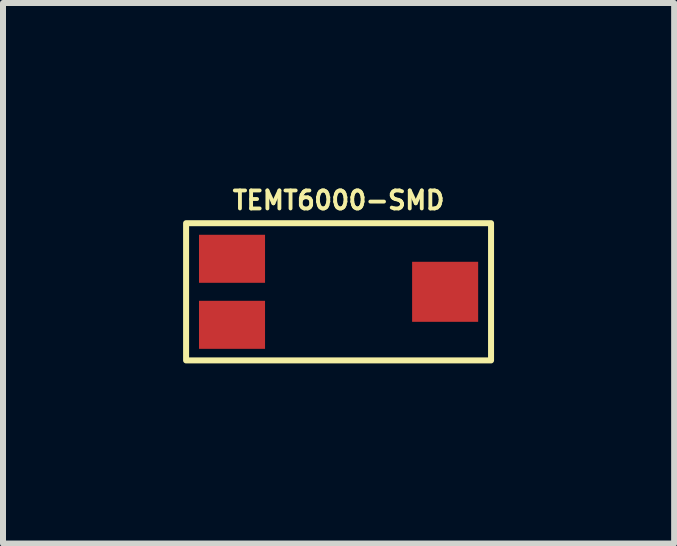
<source format=kicad_pcb>
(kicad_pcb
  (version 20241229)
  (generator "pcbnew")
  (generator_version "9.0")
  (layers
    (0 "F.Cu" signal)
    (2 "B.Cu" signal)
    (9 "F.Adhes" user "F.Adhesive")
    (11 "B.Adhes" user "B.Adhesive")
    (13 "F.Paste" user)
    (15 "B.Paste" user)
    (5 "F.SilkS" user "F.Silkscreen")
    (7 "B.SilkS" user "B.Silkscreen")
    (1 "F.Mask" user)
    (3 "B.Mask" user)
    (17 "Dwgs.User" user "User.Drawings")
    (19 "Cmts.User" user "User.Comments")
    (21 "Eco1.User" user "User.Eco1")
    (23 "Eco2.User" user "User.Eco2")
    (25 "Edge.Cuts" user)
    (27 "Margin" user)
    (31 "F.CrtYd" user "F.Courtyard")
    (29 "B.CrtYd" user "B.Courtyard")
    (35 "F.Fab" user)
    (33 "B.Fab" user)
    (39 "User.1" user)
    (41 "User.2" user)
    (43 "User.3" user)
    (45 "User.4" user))
  (footprint "TEMT6000-SMD"
    (layer "F.Cu")
    (at 2.59 1.811)
    (property "Reference" "TEMT6000-SMD" (at 0 -1.524 180) (layer "F.SilkS") (effects (font (size 0.3 0.3) (thickness 0.064))))
    (attr smd)
    (fp_rect (start -2.54 -1.143) (end 2.54 1.143) (stroke (width 0.1) (type default)) (fill no) (layer "F.SilkS"))
    (pad "" smd rect (at -1.775 0.55) (size 1.1 0.8) (layers "F.Cu" "F.Mask" "F.Paste"))
    (pad "1" smd rect (at -1.775 -0.55) (size 1.1 0.8) (layers "F.Cu" "F.Mask" "F.Paste"))
    (pad "2" smd rect (at 1.775 0) (size 1.1 1) (layers "F.Cu" "F.Mask" "F.Paste")))
  (gr_rect
    (start -3 -3)
    (end 8.18 6.004)
    (stroke (width 0.1) (type default))
    (fill no)
    (layer "Edge.Cuts")))
</source>
